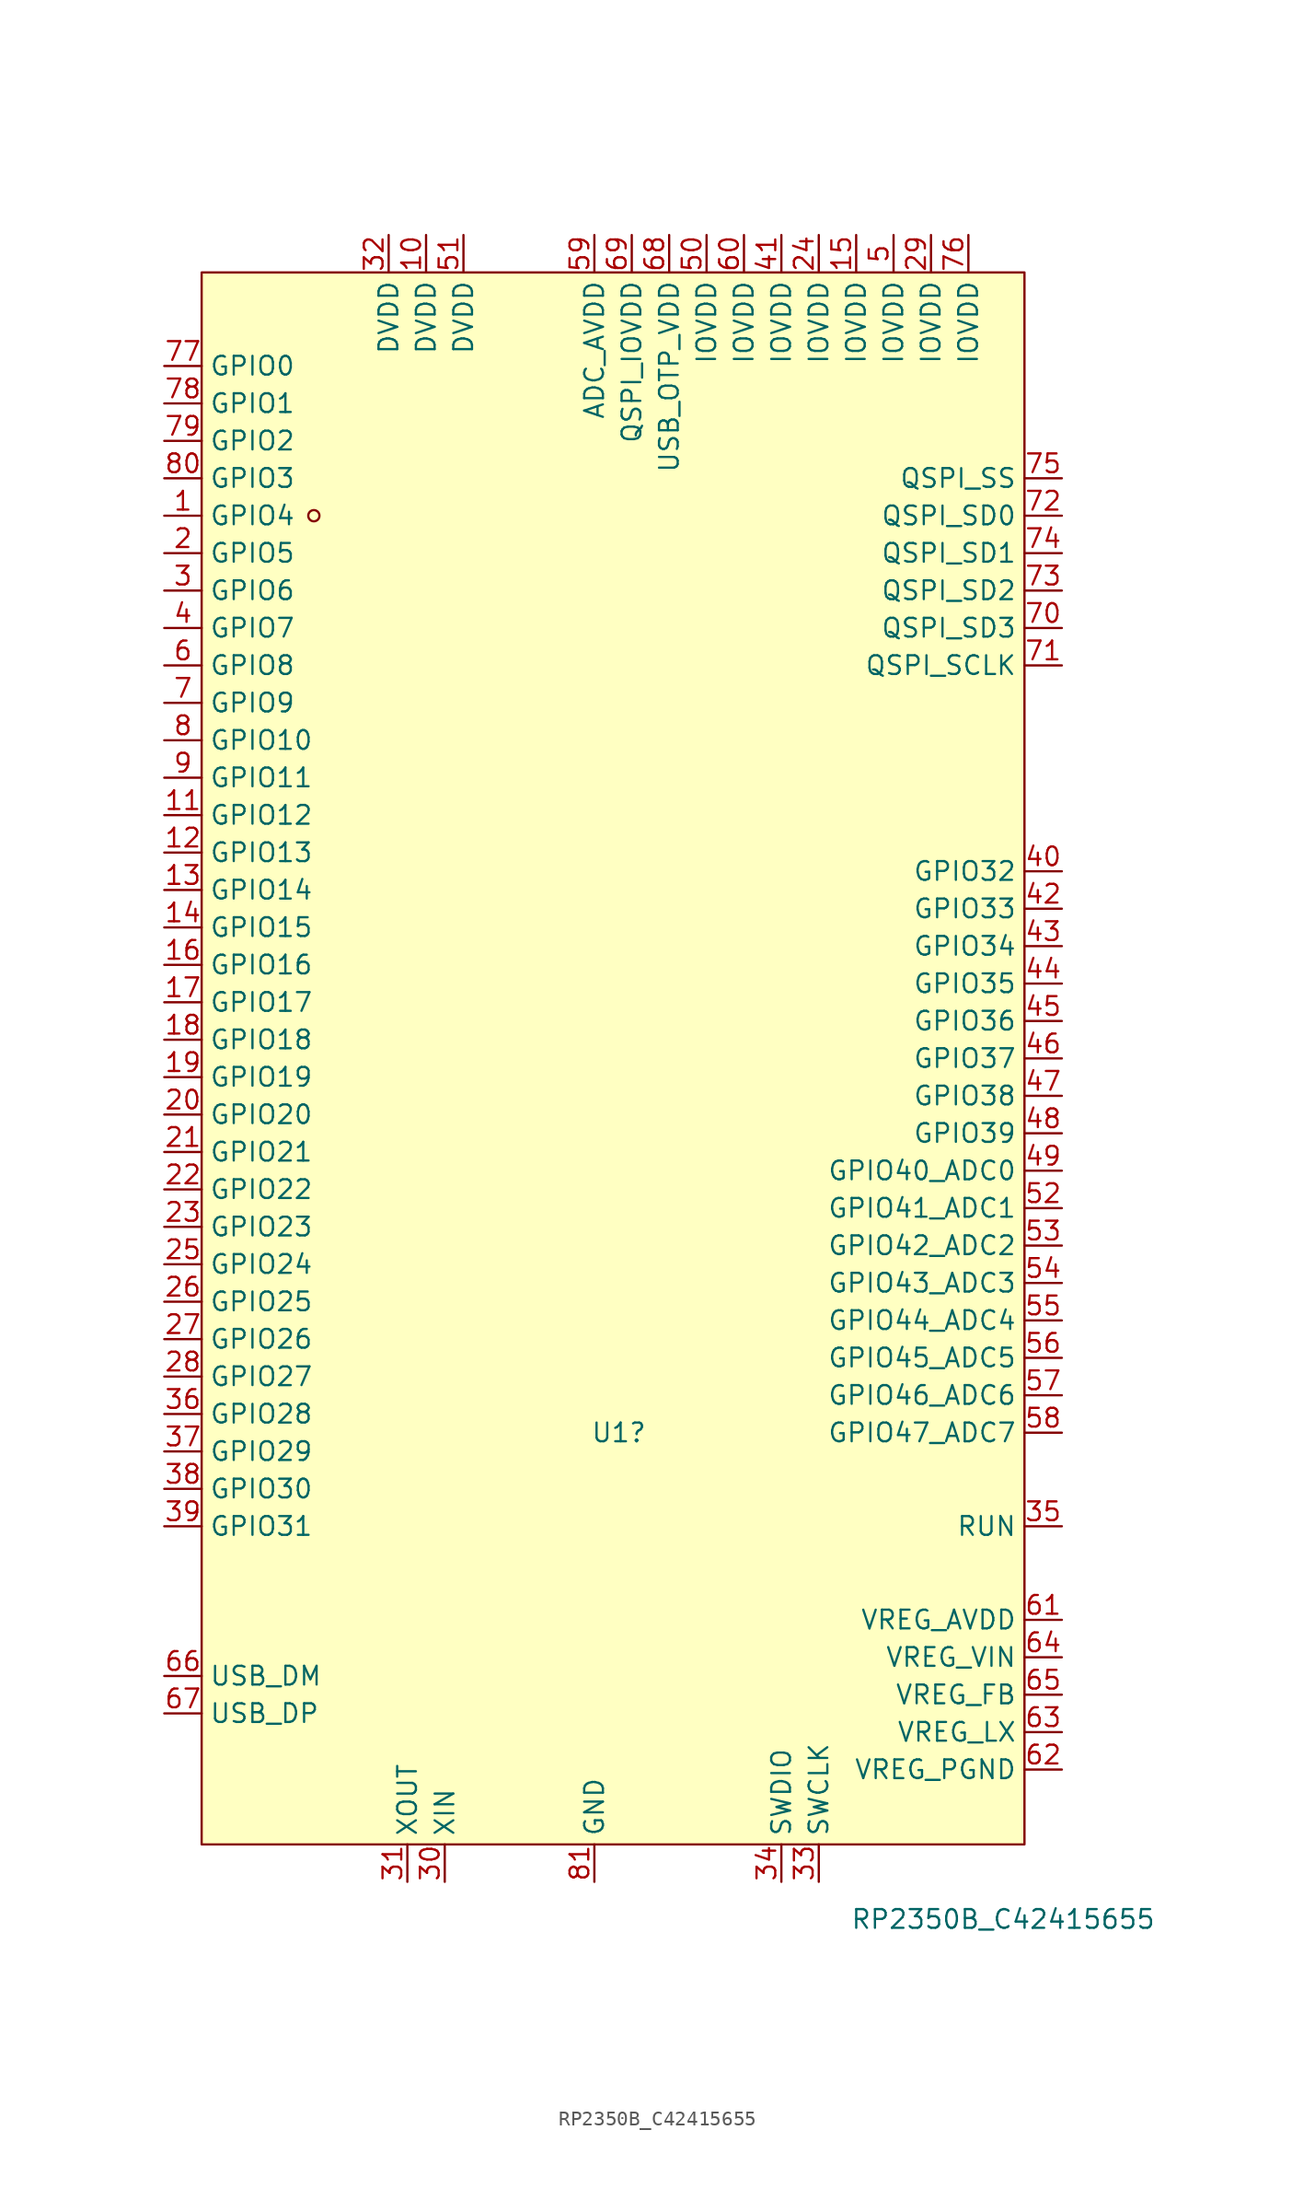
<source format=kicad_sym>
(kicad_symbol_lib
  (version 20241209)
  (generator "kicad_symbol_editor")
  (generator_version "9.0")
  (symbol "RP2350B_C42415655"
    (property "Reference" "U1"
      (at -1.524 -38.1 0)
      (effects (font (size 1.27 1.27)) (justify left)))
    (property "Value" "RP2350B_C42415655"
      (at 16.113 -71.12 0)
      (effects (font (size 1.27 1.27)) (justify left)))
    (symbol "RP2350B_C42415655_0_1"
      (rectangle (start -27.94 40.64) (end 27.94 -66.04) (stroke (width 0) (type default)) (fill (type background)))
      (circle (center -20.32 24.13) (radius 0.38) (stroke (width 0) (type default)) (fill (type none)))
      (pin unspecified line (at -30.48 34.29 0) (length 2.54) (name "GPIO0" (effects (font (size 1.27 1.27)))) (number "77" (effects (font (size 1.27 1.27)))))
      (pin unspecified line (at -30.48 31.75 0) (length 2.54) (name "GPIO1" (effects (font (size 1.27 1.27)))) (number "78" (effects (font (size 1.27 1.27)))))
      (pin unspecified line (at -30.48 29.21 0) (length 2.54) (name "GPIO2" (effects (font (size 1.27 1.27)))) (number "79" (effects (font (size 1.27 1.27)))))
      (pin unspecified line (at -30.48 26.67 0) (length 2.54) (name "GPIO3" (effects (font (size 1.27 1.27)))) (number "80" (effects (font (size 1.27 1.27)))))
      (pin unspecified line (at -30.48 24.13 0) (length 2.54) (name "GPIO4" (effects (font (size 1.27 1.27)))) (number "1" (effects (font (size 1.27 1.27)))))
      (pin unspecified line (at -30.48 21.59 0) (length 2.54) (name "GPIO5" (effects (font (size 1.27 1.27)))) (number "2" (effects (font (size 1.27 1.27)))))
      (pin unspecified line (at -30.48 19.05 0) (length 2.54) (name "GPIO6" (effects (font (size 1.27 1.27)))) (number "3" (effects (font (size 1.27 1.27)))))
      (pin unspecified line (at -30.48 16.51 0) (length 2.54) (name "GPIO7" (effects (font (size 1.27 1.27)))) (number "4" (effects (font (size 1.27 1.27)))))
      (pin unspecified line (at -30.48 13.97 0) (length 2.54) (name "GPIO8" (effects (font (size 1.27 1.27)))) (number "6" (effects (font (size 1.27 1.27)))))
      (pin unspecified line (at -30.48 11.43 0) (length 2.54) (name "GPIO9" (effects (font (size 1.27 1.27)))) (number "7" (effects (font (size 1.27 1.27)))))
      (pin unspecified line (at -30.48 8.89 0) (length 2.54) (name "GPIO10" (effects (font (size 1.27 1.27)))) (number "8" (effects (font (size 1.27 1.27)))))
      (pin unspecified line (at -30.48 6.35 0) (length 2.54) (name "GPIO11" (effects (font (size 1.27 1.27)))) (number "9" (effects (font (size 1.27 1.27)))))
      (pin unspecified line (at -30.48 3.81 0) (length 2.54) (name "GPIO12" (effects (font (size 1.27 1.27)))) (number "11" (effects (font (size 1.27 1.27)))))
      (pin unspecified line (at -30.48 1.27 0) (length 2.54) (name "GPIO13" (effects (font (size 1.27 1.27)))) (number "12" (effects (font (size 1.27 1.27)))))
      (pin unspecified line (at -30.48 -1.27 0) (length 2.54) (name "GPIO14" (effects (font (size 1.27 1.27)))) (number "13" (effects (font (size 1.27 1.27)))))
      (pin unspecified line (at -30.48 -3.81 0) (length 2.54) (name "GPIO15" (effects (font (size 1.27 1.27)))) (number "14" (effects (font (size 1.27 1.27)))))
      (pin unspecified line (at -30.48 -6.35 0) (length 2.54) (name "GPIO16" (effects (font (size 1.27 1.27)))) (number "16" (effects (font (size 1.27 1.27)))))
      (pin unspecified line (at -30.48 -8.89 0) (length 2.54) (name "GPIO17" (effects (font (size 1.27 1.27)))) (number "17" (effects (font (size 1.27 1.27)))))
      (pin unspecified line (at -30.48 -11.43 0) (length 2.54) (name "GPIO18" (effects (font (size 1.27 1.27)))) (number "18" (effects (font (size 1.27 1.27)))))
      (pin unspecified line (at -30.48 -13.97 0) (length 2.54) (name "GPIO19" (effects (font (size 1.27 1.27)))) (number "19" (effects (font (size 1.27 1.27)))))
      (pin unspecified line (at -30.48 -16.51 0) (length 2.54) (name "GPIO20" (effects (font (size 1.27 1.27)))) (number "20" (effects (font (size 1.27 1.27)))))
      (pin unspecified line (at -30.48 -19.05 0) (length 2.54) (name "GPIO21" (effects (font (size 1.27 1.27)))) (number "21" (effects (font (size 1.27 1.27)))))
      (pin unspecified line (at -30.48 -21.59 0) (length 2.54) (name "GPIO22" (effects (font (size 1.27 1.27)))) (number "22" (effects (font (size 1.27 1.27)))))
      (pin unspecified line (at -30.48 -24.13 0) (length 2.54) (name "GPIO23" (effects (font (size 1.27 1.27)))) (number "23" (effects (font (size 1.27 1.27)))))
      (pin unspecified line (at -30.48 -26.67 0) (length 2.54) (name "GPIO24" (effects (font (size 1.27 1.27)))) (number "25" (effects (font (size 1.27 1.27)))))
      (pin unspecified line (at -30.48 -29.21 0) (length 2.54) (name "GPIO25" (effects (font (size 1.27 1.27)))) (number "26" (effects (font (size 1.27 1.27)))))
      (pin unspecified line (at -30.48 -31.75 0) (length 2.54) (name "GPIO26" (effects (font (size 1.27 1.27)))) (number "27" (effects (font (size 1.27 1.27)))))
      (pin unspecified line (at -30.48 -34.29 0) (length 2.54) (name "GPIO27" (effects (font (size 1.27 1.27)))) (number "28" (effects (font (size 1.27 1.27)))))
      (pin unspecified line (at -30.48 -36.83 0) (length 2.54) (name "GPIO28" (effects (font (size 1.27 1.27)))) (number "36" (effects (font (size 1.27 1.27)))))
      (pin unspecified line (at -30.48 -39.37 0) (length 2.54) (name "GPIO29" (effects (font (size 1.27 1.27)))) (number "37" (effects (font (size 1.27 1.27)))))
      (pin unspecified line (at -30.48 -41.91 0) (length 2.54) (name "GPIO30" (effects (font (size 1.27 1.27)))) (number "38" (effects (font (size 1.27 1.27)))))
      (pin unspecified line (at -30.48 -44.45 0) (length 2.54) (name "GPIO31" (effects (font (size 1.27 1.27)))) (number "39" (effects (font (size 1.27 1.27)))))
      (pin unspecified line (at -30.48 -54.61 0) (length 2.54) (name "USB_DM" (effects (font (size 1.27 1.27)))) (number "66" (effects (font (size 1.27 1.27)))))
      (pin unspecified line (at -30.48 -57.15 0) (length 2.54) (name "USB_DP" (effects (font (size 1.27 1.27)))) (number "67" (effects (font (size 1.27 1.27)))))
      (pin unspecified line (at -15.24 43.18 270) (length 2.54) (name "DVDD" (effects (font (size 1.27 1.27)))) (number "32" (effects (font (size 1.27 1.27)))))
      (pin unspecified line (at -13.97 -68.58 90) (length 2.54) (name "XOUT" (effects (font (size 1.27 1.27)))) (number "31" (effects (font (size 1.27 1.27)))))
      (pin unspecified line (at -12.7 43.18 270) (length 2.54) (name "DVDD" (effects (font (size 1.27 1.27)))) (number "10" (effects (font (size 1.27 1.27)))))
      (pin unspecified line (at -11.43 -68.58 90) (length 2.54) (name "XIN" (effects (font (size 1.27 1.27)))) (number "30" (effects (font (size 1.27 1.27)))))
      (pin unspecified line (at -10.16 43.18 270) (length 2.54) (name "DVDD" (effects (font (size 1.27 1.27)))) (number "51" (effects (font (size 1.27 1.27)))))
      (pin unspecified line (at -1.27 43.18 270) (length 2.54) (name "ADC_AVDD" (effects (font (size 1.27 1.27)))) (number "59" (effects (font (size 1.27 1.27)))))
      (pin unspecified line (at -1.27 -68.58 90) (length 2.54) (name "GND" (effects (font (size 1.27 1.27)))) (number "81" (effects (font (size 1.27 1.27)))))
      (pin unspecified line (at 1.27 43.18 270) (length 2.54) (name "QSPI_IOVDD" (effects (font (size 1.27 1.27)))) (number "69" (effects (font (size 1.27 1.27)))))
      (pin unspecified line (at 3.81 43.18 270) (length 2.54) (name "USB_OTP_VDD" (effects (font (size 1.27 1.27)))) (number "68" (effects (font (size 1.27 1.27)))))
      (pin unspecified line (at 6.35 43.18 270) (length 2.54) (name "IOVDD" (effects (font (size 1.27 1.27)))) (number "50" (effects (font (size 1.27 1.27)))))
      (pin unspecified line (at 8.89 43.18 270) (length 2.54) (name "IOVDD" (effects (font (size 1.27 1.27)))) (number "60" (effects (font (size 1.27 1.27)))))
      (pin unspecified line (at 11.43 43.18 270) (length 2.54) (name "IOVDD" (effects (font (size 1.27 1.27)))) (number "41" (effects (font (size 1.27 1.27)))))
      (pin unspecified line (at 11.43 -68.58 90) (length 2.54) (name "SWDIO" (effects (font (size 1.27 1.27)))) (number "34" (effects (font (size 1.27 1.27)))))
      (pin unspecified line (at 13.97 43.18 270) (length 2.54) (name "IOVDD" (effects (font (size 1.27 1.27)))) (number "24" (effects (font (size 1.27 1.27)))))
      (pin unspecified line (at 13.97 -68.58 90) (length 2.54) (name "SWCLK" (effects (font (size 1.27 1.27)))) (number "33" (effects (font (size 1.27 1.27)))))
      (pin unspecified line (at 16.51 43.18 270) (length 2.54) (name "IOVDD" (effects (font (size 1.27 1.27)))) (number "15" (effects (font (size 1.27 1.27)))))
      (pin unspecified line (at 19.05 43.18 270) (length 2.54) (name "IOVDD" (effects (font (size 1.27 1.27)))) (number "5" (effects (font (size 1.27 1.27)))))
      (pin unspecified line (at 21.59 43.18 270) (length 2.54) (name "IOVDD" (effects (font (size 1.27 1.27)))) (number "29" (effects (font (size 1.27 1.27)))))
      (pin unspecified line (at 24.13 43.18 270) (length 2.54) (name "IOVDD" (effects (font (size 1.27 1.27)))) (number "76" (effects (font (size 1.27 1.27)))))
      (pin unspecified line (at 30.48 26.67 180) (length 2.54) (name "QSPI_SS" (effects (font (size 1.27 1.27)))) (number "75" (effects (font (size 1.27 1.27)))))
      (pin unspecified line (at 30.48 24.13 180) (length 2.54) (name "QSPI_SD0" (effects (font (size 1.27 1.27)))) (number "72" (effects (font (size 1.27 1.27)))))
      (pin unspecified line (at 30.48 21.59 180) (length 2.54) (name "QSPI_SD1" (effects (font (size 1.27 1.27)))) (number "74" (effects (font (size 1.27 1.27)))))
      (pin unspecified line (at 30.48 19.05 180) (length 2.54) (name "QSPI_SD2" (effects (font (size 1.27 1.27)))) (number "73" (effects (font (size 1.27 1.27)))))
      (pin unspecified line (at 30.48 16.51 180) (length 2.54) (name "QSPI_SD3" (effects (font (size 1.27 1.27)))) (number "70" (effects (font (size 1.27 1.27)))))
      (pin unspecified line (at 30.48 13.97 180) (length 2.54) (name "QSPI_SCLK" (effects (font (size 1.27 1.27)))) (number "71" (effects (font (size 1.27 1.27)))))
      (pin unspecified line (at 30.48 0 180) (length 2.54) (name "GPIO32" (effects (font (size 1.27 1.27)))) (number "40" (effects (font (size 1.27 1.27)))))
      (pin unspecified line (at 30.48 -2.54 180) (length 2.54) (name "GPIO33" (effects (font (size 1.27 1.27)))) (number "42" (effects (font (size 1.27 1.27)))))
      (pin unspecified line (at 30.48 -5.08 180) (length 2.54) (name "GPIO34" (effects (font (size 1.27 1.27)))) (number "43" (effects (font (size 1.27 1.27)))))
      (pin unspecified line (at 30.48 -7.62 180) (length 2.54) (name "GPIO35" (effects (font (size 1.27 1.27)))) (number "44" (effects (font (size 1.27 1.27)))))
      (pin unspecified line (at 30.48 -10.16 180) (length 2.54) (name "GPIO36" (effects (font (size 1.27 1.27)))) (number "45" (effects (font (size 1.27 1.27)))))
      (pin unspecified line (at 30.48 -12.7 180) (length 2.54) (name "GPIO37" (effects (font (size 1.27 1.27)))) (number "46" (effects (font (size 1.27 1.27)))))
      (pin unspecified line (at 30.48 -15.24 180) (length 2.54) (name "GPIO38" (effects (font (size 1.27 1.27)))) (number "47" (effects (font (size 1.27 1.27)))))
      (pin unspecified line (at 30.48 -17.78 180) (length 2.54) (name "GPIO39" (effects (font (size 1.27 1.27)))) (number "48" (effects (font (size 1.27 1.27)))))
      (pin unspecified line (at 30.48 -20.32 180) (length 2.54) (name "GPIO40_ADC0" (effects (font (size 1.27 1.27)))) (number "49" (effects (font (size 1.27 1.27)))))
      (pin unspecified line (at 30.48 -22.86 180) (length 2.54) (name "GPIO41_ADC1" (effects (font (size 1.27 1.27)))) (number "52" (effects (font (size 1.27 1.27)))))
      (pin unspecified line (at 30.48 -25.4 180) (length 2.54) (name "GPIO42_ADC2" (effects (font (size 1.27 1.27)))) (number "53" (effects (font (size 1.27 1.27)))))
      (pin unspecified line (at 30.48 -27.94 180) (length 2.54) (name "GPIO43_ADC3" (effects (font (size 1.27 1.27)))) (number "54" (effects (font (size 1.27 1.27)))))
      (pin unspecified line (at 30.48 -30.48 180) (length 2.54) (name "GPIO44_ADC4" (effects (font (size 1.27 1.27)))) (number "55" (effects (font (size 1.27 1.27)))))
      (pin unspecified line (at 30.48 -33.02 180) (length 2.54) (name "GPIO45_ADC5" (effects (font (size 1.27 1.27)))) (number "56" (effects (font (size 1.27 1.27)))))
      (pin unspecified line (at 30.48 -35.56 180) (length 2.54) (name "GPIO46_ADC6" (effects (font (size 1.27 1.27)))) (number "57" (effects (font (size 1.27 1.27)))))
      (pin unspecified line (at 30.48 -38.1 180) (length 2.54) (name "GPIO47_ADC7" (effects (font (size 1.27 1.27)))) (number "58" (effects (font (size 1.27 1.27)))))
      (pin unspecified line (at 30.48 -44.45 180) (length 2.54) (name "RUN" (effects (font (size 1.27 1.27)))) (number "35" (effects (font (size 1.27 1.27)))))
      (pin unspecified line (at 30.48 -50.8 180) (length 2.54) (name "VREG_AVDD" (effects (font (size 1.27 1.27)))) (number "61" (effects (font (size 1.27 1.27)))))
      (pin unspecified line (at 30.48 -53.34 180) (length 2.54) (name "VREG_VIN" (effects (font (size 1.27 1.27)))) (number "64" (effects (font (size 1.27 1.27)))))
      (pin unspecified line (at 30.48 -55.88 180) (length 2.54) (name "VREG_FB" (effects (font (size 1.27 1.27)))) (number "65" (effects (font (size 1.27 1.27)))))
      (pin unspecified line (at 30.48 -58.42 180) (length 2.54) (name "VREG_LX" (effects (font (size 1.27 1.27)))) (number "63" (effects (font (size 1.27 1.27)))))
      (pin unspecified line (at 30.48 -60.96 180) (length 2.54) (name "VREG_PGND" (effects (font (size 1.27 1.27)))) (number "62" (effects (font (size 1.27 1.27))))))))
</source>
